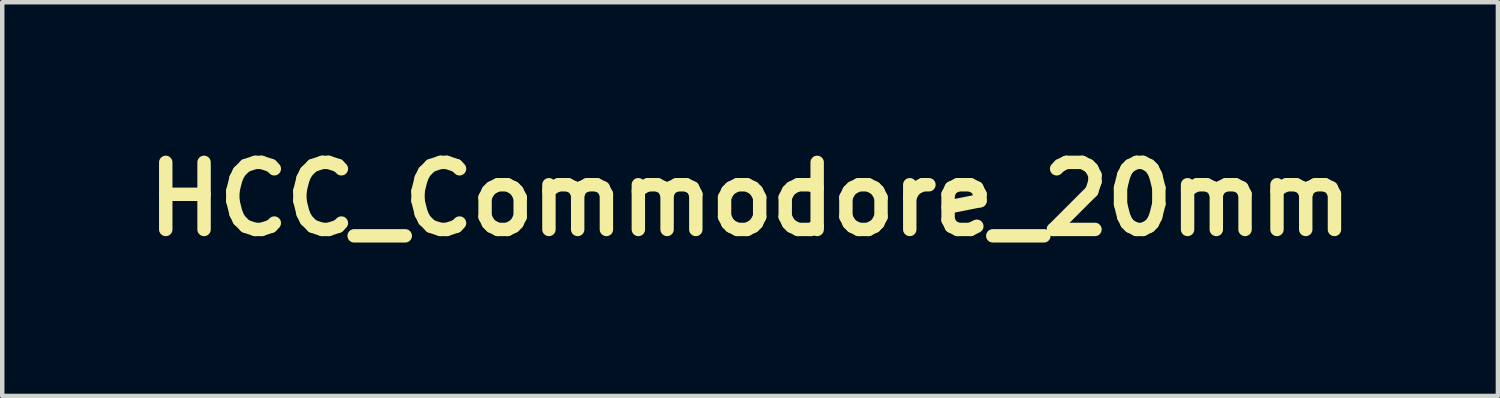
<source format=kicad_pcb>
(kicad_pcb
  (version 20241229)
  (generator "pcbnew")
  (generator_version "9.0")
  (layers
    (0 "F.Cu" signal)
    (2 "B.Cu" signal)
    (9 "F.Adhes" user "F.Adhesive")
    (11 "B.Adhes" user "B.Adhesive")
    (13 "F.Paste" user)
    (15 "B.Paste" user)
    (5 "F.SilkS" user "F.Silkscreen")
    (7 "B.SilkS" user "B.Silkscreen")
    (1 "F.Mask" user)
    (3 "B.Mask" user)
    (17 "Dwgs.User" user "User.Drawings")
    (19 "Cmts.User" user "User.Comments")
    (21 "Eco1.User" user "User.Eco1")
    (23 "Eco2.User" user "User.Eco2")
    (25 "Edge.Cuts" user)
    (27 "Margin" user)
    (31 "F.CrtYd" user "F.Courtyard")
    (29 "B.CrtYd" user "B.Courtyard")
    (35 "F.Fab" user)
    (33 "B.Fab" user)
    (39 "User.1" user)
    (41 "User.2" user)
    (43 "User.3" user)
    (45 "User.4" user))
  (footprint "HCC_Commodore_20mm"
    (layer "F.Cu")
    (at 13.729 1.404)
    (property "Reference" "HCC_Commodore_20mm" (at 0 0 0) (layer "F.SilkS") (effects (font (size 1.5 1.5) (thickness 0.3))))
    (attr board_only exclude_from_pos_files exclude_from_bom)
    (fp_poly (pts (xy 8.543 -0.25) (xy 8.541 -0.188) (xy 8.532 -0.157) (xy 8.511 -0.146) (xy 8.499 -0.146) (xy 8.401 -0.13) (xy 8.301 -0.088) (xy 8.22 -0.03) (xy 8.219 -0.029) (xy 8.183 0.013) (xy 8.155 0.063) (xy 8.134 0.126) (xy 8.12 0.207) (xy 8.111 0.312) (xy 8.107 0.448) (xy 8.105 0.613) (xy 8.105 1) (xy 8.001 1) (xy 7.897 1) (xy 7.897 0.333) (xy 7.897 -0.333) (xy 8.001 -0.333) (xy 8.063 -0.332) (xy 8.094 -0.324) (xy 8.104 -0.302) (xy 8.105 -0.272) (xy 8.105 -0.211) (xy 8.224 -0.283) (xy 8.308 -0.327) (xy 8.379 -0.349) (xy 8.443 -0.354) (xy 8.543 -0.354)) (stroke (width 0) (type solid)) (fill yes) (layer "F.Mask"))
    (fp_poly (pts (xy -9.647 -0.675) (xy -9.647 -0.552) (xy -9.646 -0.465) (xy -9.643 -0.409) (xy -9.637 -0.377) (xy -9.629 -0.363) (xy -9.616 -0.363) (xy -9.611 -0.365) (xy -9.501 -0.407) (xy -9.41 -0.429) (xy -9.324 -0.435) (xy -9.293 -0.433) (xy -9.159 -0.408) (xy -9.039 -0.353) (xy -8.942 -0.276) (xy -8.916 -0.244) (xy -8.878 -0.186) (xy -8.848 -0.127) (xy -8.826 -0.06) (xy -8.811 0.021) (xy -8.801 0.122) (xy -8.795 0.249) (xy -8.793 0.41) (xy -8.793 0.483) (xy -8.793 0.917) (xy -8.958 0.917) (xy -9.123 0.917) (xy -9.13 0.484) (xy -9.133 0.324) (xy -9.138 0.2) (xy -9.146 0.107) (xy -9.158 0.039) (xy -9.176 -0.008) (xy -9.2 -0.041) (xy -9.234 -0.065) (xy -9.274 -0.084) (xy -9.35 -0.1) (xy -9.437 -0.094) (xy -9.514 -0.071) (xy -9.548 -0.049) (xy -9.58 -0.015) (xy -9.605 0.024) (xy -9.623 0.075) (xy -9.635 0.143) (xy -9.643 0.235) (xy -9.646 0.356) (xy -9.647 0.513) (xy -9.647 0.52) (xy -9.647 0.917) (xy -9.814 0.917) (xy -9.981 0.917) (xy -9.981 -0.042) (xy -9.981 -1) (xy -9.814 -1) (xy -9.647 -1)) (stroke (width 0) (type solid)) (fill yes) (layer "F.Mask"))
    (fp_poly (pts (xy 3.928 -0.345) (xy 4.048 -0.312) (xy 4.155 -0.253) (xy 4.253 -0.168) (xy 4.357 -0.036) (xy 4.426 0.113) (xy 4.46 0.271) (xy 4.457 0.434) (xy 4.419 0.594) (xy 4.344 0.744) (xy 4.315 0.784) (xy 4.215 0.885) (xy 4.088 0.962) (xy 3.945 1.013) (xy 3.796 1.034) (xy 3.652 1.022) (xy 3.625 1.015) (xy 3.479 0.953) (xy 3.348 0.856) (xy 3.24 0.732) (xy 3.181 0.628) (xy 3.147 0.518) (xy 3.133 0.386) (xy 3.134 0.339) (xy 3.355 0.339) (xy 3.374 0.484) (xy 3.428 0.612) (xy 3.517 0.717) (xy 3.636 0.795) (xy 3.742 0.825) (xy 3.859 0.823) (xy 3.972 0.79) (xy 4.024 0.762) (xy 4.126 0.671) (xy 4.197 0.559) (xy 4.235 0.435) (xy 4.241 0.304) (xy 4.212 0.174) (xy 4.15 0.052) (xy 4.087 -0.024) (xy 3.985 -0.107) (xy 3.881 -0.15) (xy 3.77 -0.157) (xy 3.71 -0.146) (xy 3.59 -0.097) (xy 3.49 -0.015) (xy 3.415 0.092) (xy 3.368 0.22) (xy 3.355 0.339) (xy 3.134 0.339) (xy 3.138 0.248) (xy 3.162 0.118) (xy 3.19 0.041) (xy 3.269 -0.096) (xy 3.367 -0.201) (xy 3.49 -0.283) (xy 3.505 -0.291) (xy 3.587 -0.327) (xy 3.658 -0.347) (xy 3.741 -0.354) (xy 3.781 -0.354)) (stroke (width 0) (type solid)) (fill yes) (layer "F.Mask"))
    (fp_poly (pts (xy 7.082 -0.342) (xy 7.211 -0.304) (xy 7.327 -0.235) (xy 7.375 -0.195) (xy 7.483 -0.074) (xy 7.556 0.063) (xy 7.595 0.222) (xy 7.601 0.292) (xy 7.597 0.461) (xy 7.561 0.608) (xy 7.49 0.744) (xy 7.462 0.784) (xy 7.361 0.885) (xy 7.234 0.963) (xy 7.091 1.014) (xy 6.942 1.034) (xy 6.798 1.021) (xy 6.771 1.015) (xy 6.625 0.953) (xy 6.494 0.856) (xy 6.387 0.732) (xy 6.327 0.628) (xy 6.293 0.518) (xy 6.279 0.386) (xy 6.281 0.339) (xy 6.501 0.339) (xy 6.52 0.484) (xy 6.575 0.612) (xy 6.663 0.717) (xy 6.782 0.795) (xy 6.889 0.825) (xy 7.006 0.823) (xy 7.119 0.79) (xy 7.17 0.762) (xy 7.272 0.671) (xy 7.343 0.559) (xy 7.382 0.435) (xy 7.387 0.304) (xy 7.359 0.174) (xy 7.296 0.052) (xy 7.233 -0.024) (xy 7.131 -0.107) (xy 7.028 -0.15) (xy 6.917 -0.157) (xy 6.856 -0.146) (xy 6.737 -0.097) (xy 6.637 -0.015) (xy 6.561 0.092) (xy 6.515 0.22) (xy 6.501 0.339) (xy 6.281 0.339) (xy 6.284 0.248) (xy 6.308 0.118) (xy 6.336 0.041) (xy 6.416 -0.096) (xy 6.513 -0.201) (xy 6.636 -0.283) (xy 6.652 -0.291) (xy 6.733 -0.327) (xy 6.805 -0.347) (xy 6.888 -0.354) (xy 6.928 -0.354)) (stroke (width 0) (type solid)) (fill yes) (layer "F.Mask"))
    (fp_poly (pts (xy 6.001 0.042) (xy 6.001 1) (xy 5.886 1) (xy 5.772 1) (xy 5.772 0.905) (xy 5.772 0.809) (xy 5.707 0.874) (xy 5.596 0.958) (xy 5.466 1.013) (xy 5.326 1.037) (xy 5.188 1.028) (xy 5.136 1.014) (xy 4.978 0.942) (xy 4.849 0.841) (xy 4.751 0.711) (xy 4.685 0.558) (xy 4.653 0.388) (xy 4.655 0.344) (xy 4.877 0.344) (xy 4.894 0.488) (xy 4.948 0.613) (xy 5.021 0.705) (xy 5.127 0.784) (xy 5.245 0.826) (xy 5.37 0.83) (xy 5.476 0.801) (xy 5.588 0.732) (xy 5.681 0.629) (xy 5.716 0.573) (xy 5.747 0.483) (xy 5.761 0.374) (xy 5.758 0.261) (xy 5.738 0.162) (xy 5.722 0.125) (xy 5.648 0.016) (xy 5.555 -0.071) (xy 5.454 -0.128) (xy 5.432 -0.135) (xy 5.307 -0.153) (xy 5.189 -0.133) (xy 5.083 -0.08) (xy 4.994 0.002) (xy 4.927 0.108) (xy 4.887 0.236) (xy 4.877 0.344) (xy 4.655 0.344) (xy 4.659 0.223) (xy 4.7 0.068) (xy 4.774 -0.072) (xy 4.879 -0.191) (xy 5.013 -0.284) (xy 5.026 -0.291) (xy 5.108 -0.327) (xy 5.18 -0.347) (xy 5.262 -0.353) (xy 5.301 -0.354) (xy 5.441 -0.341) (xy 5.559 -0.302) (xy 5.669 -0.231) (xy 5.695 -0.209) (xy 5.772 -0.142) (xy 5.772 -0.529) (xy 5.772 -0.917) (xy 5.886 -0.917) (xy 6.001 -0.917)) (stroke (width 0) (type solid)) (fill yes) (layer "F.Mask"))
    (fp_poly (pts (xy -5.155 -0.958) (xy -5.055 -0.917) (xy -5.045 -0.911) (xy -4.936 -0.817) (xy -4.859 -0.705) (xy -4.815 -0.581) (xy -4.803 -0.453) (xy -4.822 -0.327) (xy -4.873 -0.209) (xy -4.956 -0.105) (xy -5.069 -0.023) (xy -5.083 -0.016) (xy -5.21 0.029) (xy -5.346 0.042) (xy -5.476 0.023) (xy -5.533 0.003) (xy -5.649 -0.07) (xy -5.736 -0.166) (xy -5.742 -0.177) (xy -5.355 -0.177) (xy -5.345 -0.136) (xy -5.313 -0.125) (xy -5.281 -0.137) (xy -5.272 -0.177) (xy -5.281 -0.218) (xy -5.313 -0.229) (xy -5.346 -0.217) (xy -5.355 -0.177) (xy -5.742 -0.177) (xy -5.795 -0.278) (xy -5.825 -0.4) (xy -5.826 -0.526) (xy -5.821 -0.552) (xy -5.355 -0.552) (xy -5.355 -0.449) (xy -5.352 -0.381) (xy -5.347 -0.34) (xy -5.338 -0.32) (xy -5.324 -0.313) (xy -5.313 -0.313) (xy -5.295 -0.315) (xy -5.284 -0.327) (xy -5.276 -0.357) (xy -5.273 -0.41) (xy -5.272 -0.494) (xy -5.272 -0.552) (xy -5.272 -0.655) (xy -5.274 -0.723) (xy -5.279 -0.764) (xy -5.289 -0.784) (xy -5.303 -0.791) (xy -5.313 -0.792) (xy -5.331 -0.789) (xy -5.343 -0.777) (xy -5.35 -0.748) (xy -5.354 -0.695) (xy -5.355 -0.611) (xy -5.355 -0.552) (xy -5.821 -0.552) (xy -5.8 -0.648) (xy -5.745 -0.761) (xy -5.663 -0.857) (xy -5.552 -0.931) (xy -5.511 -0.949) (xy -5.399 -0.976) (xy -5.275 -0.978)) (stroke (width 0) (type solid)) (fill yes) (layer "F.Mask"))
    (fp_poly (pts (xy -3.573 -0.345) (xy -3.453 -0.312) (xy -3.347 -0.253) (xy -3.249 -0.168) (xy -3.19 -0.103) (xy -3.14 -0.039) (xy -3.111 0.011) (xy -3.11 0.016) (xy -3.086 0.083) (xy -3.197 0.083) (xy -3.257 0.081) (xy -3.301 0.071) (xy -3.342 0.045) (xy -3.394 -0.004) (xy -3.409 -0.019) (xy -3.51 -0.103) (xy -3.611 -0.148) (xy -3.717 -0.158) (xy -3.793 -0.146) (xy -3.915 -0.096) (xy -4.015 -0.015) (xy -4.09 0.093) (xy -4.134 0.222) (xy -4.146 0.338) (xy -4.128 0.487) (xy -4.076 0.613) (xy -3.99 0.715) (xy -3.872 0.791) (xy -3.862 0.796) (xy -3.75 0.825) (xy -3.634 0.821) (xy -3.523 0.787) (xy -3.427 0.727) (xy -3.358 0.645) (xy -3.335 0.61) (xy -3.306 0.592) (xy -3.26 0.585) (xy -3.204 0.584) (xy -3.139 0.586) (xy -3.096 0.592) (xy -3.084 0.599) (xy -3.094 0.624) (xy -3.119 0.674) (xy -3.148 0.725) (xy -3.237 0.841) (xy -3.354 0.933) (xy -3.49 0.997) (xy -3.638 1.032) (xy -3.788 1.032) (xy -3.877 1.015) (xy -4.023 0.953) (xy -4.153 0.856) (xy -4.261 0.732) (xy -4.321 0.628) (xy -4.354 0.518) (xy -4.368 0.386) (xy -4.363 0.248) (xy -4.339 0.118) (xy -4.311 0.041) (xy -4.232 -0.096) (xy -4.135 -0.201) (xy -4.011 -0.283) (xy -3.996 -0.291) (xy -3.914 -0.327) (xy -3.843 -0.347) (xy -3.76 -0.354) (xy -3.72 -0.354)) (stroke (width 0) (type solid)) (fill yes) (layer "F.Mask"))
    (fp_poly (pts (xy -6.45 -0.423) (xy -6.391 -0.409) (xy -6.26 -0.352) (xy -6.142 -0.266) (xy -6.046 -0.158) (xy -5.981 -0.038) (xy -5.97 -0.005) (xy -5.965 0.018) (xy -5.972 0.031) (xy -5.998 0.039) (xy -6.051 0.041) (xy -6.132 0.042) (xy -6.219 0.041) (xy -6.276 0.036) (xy -6.315 0.024) (xy -6.349 0.002) (xy -6.383 -0.03) (xy -6.478 -0.094) (xy -6.578 -0.12) (xy -6.679 -0.11) (xy -6.772 -0.065) (xy -6.852 0.013) (xy -6.899 0.093) (xy -6.931 0.206) (xy -6.93 0.319) (xy -6.9 0.426) (xy -6.844 0.519) (xy -6.767 0.591) (xy -6.672 0.635) (xy -6.593 0.646) (xy -6.531 0.634) (xy -6.459 0.603) (xy -6.393 0.562) (xy -6.35 0.521) (xy -6.35 0.52) (xy -6.333 0.5) (xy -6.305 0.488) (xy -6.257 0.482) (xy -6.181 0.479) (xy -6.14 0.479) (xy -6.053 0.48) (xy -5.999 0.482) (xy -5.973 0.489) (xy -5.965 0.503) (xy -5.97 0.524) (xy -5.97 0.526) (xy -6.011 0.619) (xy -6.074 0.716) (xy -6.146 0.797) (xy -6.161 0.811) (xy -6.276 0.881) (xy -6.415 0.929) (xy -6.565 0.95) (xy -6.714 0.943) (xy -6.789 0.927) (xy -6.941 0.864) (xy -7.069 0.771) (xy -7.169 0.651) (xy -7.238 0.509) (xy -7.274 0.351) (xy -7.275 0.18) (xy -7.269 0.139) (xy -7.225 -0.021) (xy -7.147 -0.16) (xy -7.043 -0.274) (xy -6.916 -0.36) (xy -6.771 -0.416) (xy -6.614 -0.438)) (stroke (width 0) (type solid)) (fill yes) (layer "F.Mask"))
    (fp_poly (pts (xy -7.838 -0.413) (xy -7.705 -0.377) (xy -7.594 -0.314) (xy -7.5 -0.219) (xy -7.444 -0.141) (xy -7.397 -0.061) (xy -7.376 -0.009) (xy -7.387 0.022) (xy -7.431 0.037) (xy -7.512 0.041) (xy -7.55 0.042) (xy -7.637 0.041) (xy -7.693 0.036) (xy -7.73 0.024) (xy -7.758 0.003) (xy -7.774 -0.012) (xy -7.863 -0.083) (xy -7.959 -0.117) (xy -8.055 -0.117) (xy -8.145 -0.086) (xy -8.224 -0.027) (xy -8.286 0.058) (xy -8.325 0.166) (xy -8.335 0.265) (xy -8.324 0.375) (xy -8.286 0.464) (xy -8.215 0.546) (xy -8.201 0.558) (xy -8.104 0.619) (xy -8.002 0.64) (xy -7.901 0.622) (xy -7.807 0.565) (xy -7.782 0.541) (xy -7.75 0.511) (xy -7.719 0.492) (xy -7.678 0.483) (xy -7.614 0.48) (xy -7.549 0.479) (xy -7.464 0.48) (xy -7.412 0.484) (xy -7.386 0.493) (xy -7.377 0.509) (xy -7.376 0.517) (xy -7.389 0.561) (xy -7.423 0.625) (xy -7.47 0.695) (xy -7.522 0.761) (xy -7.556 0.796) (xy -7.657 0.866) (xy -7.784 0.917) (xy -7.925 0.946) (xy -8.068 0.951) (xy -8.194 0.93) (xy -8.342 0.868) (xy -8.469 0.774) (xy -8.569 0.653) (xy -8.641 0.51) (xy -8.68 0.352) (xy -8.684 0.198) (xy -8.651 0.029) (xy -8.581 -0.121) (xy -8.477 -0.249) (xy -8.341 -0.351) (xy -8.308 -0.369) (xy -8.251 -0.397) (xy -8.199 -0.413) (xy -8.138 -0.422) (xy -8.057 -0.425) (xy -8.001 -0.425)) (stroke (width 0) (type solid)) (fill yes) (layer "F.Mask"))
    (fp_poly (pts (xy -2.083 -0.335) (xy -1.934 -0.278) (xy -1.805 -0.186) (xy -1.699 -0.061) (xy -1.655 0.014) (xy -1.626 0.077) (xy -1.608 0.132) (xy -1.598 0.192) (xy -1.594 0.273) (xy -1.594 0.333) (xy -1.596 0.435) (xy -1.602 0.509) (xy -1.616 0.569) (xy -1.64 0.63) (xy -1.649 0.648) (xy -1.736 0.788) (xy -1.851 0.901) (xy -1.969 0.972) (xy -2.082 1.009) (xy -2.209 1.03) (xy -2.332 1.031) (xy -2.402 1.02) (xy -2.558 0.961) (xy -2.692 0.867) (xy -2.799 0.742) (xy -2.852 0.648) (xy -2.879 0.584) (xy -2.895 0.525) (xy -2.904 0.457) (xy -2.906 0.364) (xy -2.906 0.333) (xy -2.906 0.282) (xy -2.685 0.282) (xy -2.684 0.367) (xy -2.662 0.511) (xy -2.61 0.627) (xy -2.527 0.719) (xy -2.44 0.775) (xy -2.33 0.82) (xy -2.228 0.83) (xy -2.122 0.805) (xy -2.071 0.784) (xy -1.964 0.712) (xy -1.881 0.612) (xy -1.827 0.493) (xy -1.804 0.36) (xy -1.815 0.223) (xy -1.832 0.158) (xy -1.888 0.051) (xy -1.973 -0.043) (xy -2.076 -0.113) (xy -2.139 -0.137) (xy -2.209 -0.155) (xy -2.263 -0.159) (xy -2.323 -0.148) (xy -2.362 -0.137) (xy -2.463 -0.095) (xy -2.544 -0.027) (xy -2.549 -0.021) (xy -2.624 0.075) (xy -2.667 0.171) (xy -2.685 0.282) (xy -2.906 0.282) (xy -2.905 0.235) (xy -2.899 0.165) (xy -2.886 0.108) (xy -2.863 0.051) (xy -2.845 0.014) (xy -2.752 -0.127) (xy -2.635 -0.236) (xy -2.495 -0.311) (xy -2.337 -0.349) (xy -2.25 -0.354)) (stroke (width 0) (type solid)) (fill yes) (layer "F.Mask"))
    (fp_poly (pts (xy 1.677 -0.338) (xy 1.791 -0.289) (xy 1.883 -0.212) (xy 1.943 -0.149) (xy 1.993 -0.208) (xy 2.082 -0.287) (xy 2.194 -0.334) (xy 2.332 -0.352) (xy 2.393 -0.351) (xy 2.523 -0.336) (xy 2.624 -0.298) (xy 2.704 -0.235) (xy 2.773 -0.139) (xy 2.782 -0.123) (xy 2.844 -0.01) (xy 2.851 0.495) (xy 2.858 1) (xy 2.743 1) (xy 2.628 1) (xy 2.621 0.501) (xy 2.615 0.003) (xy 2.553 -0.062) (xy 2.467 -0.125) (xy 2.369 -0.154) (xy 2.27 -0.149) (xy 2.177 -0.112) (xy 2.099 -0.046) (xy 2.043 0.048) (xy 2.043 0.048) (xy 2.036 0.089) (xy 2.03 0.166) (xy 2.025 0.274) (xy 2.022 0.407) (xy 2.021 0.554) (xy 2.021 1) (xy 1.907 1) (xy 1.792 1) (xy 1.792 0.526) (xy 1.792 0.372) (xy 1.791 0.253) (xy 1.788 0.165) (xy 1.784 0.101) (xy 1.778 0.055) (xy 1.769 0.023) (xy 1.758 -0.003) (xy 1.751 -0.014) (xy 1.683 -0.096) (xy 1.597 -0.141) (xy 1.498 -0.154) (xy 1.401 -0.14) (xy 1.319 -0.097) (xy 1.244 -0.017) (xy 1.241 -0.013) (xy 1.227 0.008) (xy 1.217 0.033) (xy 1.209 0.068) (xy 1.203 0.118) (xy 1.199 0.189) (xy 1.196 0.286) (xy 1.193 0.416) (xy 1.192 0.522) (xy 1.186 1) (xy 1.072 1) (xy 0.958 1) (xy 0.958 0.333) (xy 0.958 -0.333) (xy 1.063 -0.333) (xy 1.124 -0.332) (xy 1.155 -0.324) (xy 1.166 -0.302) (xy 1.167 -0.271) (xy 1.17 -0.224) (xy 1.184 -0.212) (xy 1.217 -0.235) (xy 1.235 -0.252) (xy 1.326 -0.314) (xy 1.442 -0.347) (xy 1.542 -0.354)) (stroke (width 0) (type solid)) (fill yes) (layer "F.Mask"))
    (fp_poly (pts (xy -0.596 -0.34) (xy -0.48 -0.297) (xy -0.39 -0.23) (xy -0.37 -0.206) (xy -0.325 -0.145) (xy -0.251 -0.218) (xy -0.151 -0.295) (xy -0.039 -0.339) (xy 0.096 -0.354) (xy 0.109 -0.354) (xy 0.252 -0.338) (xy 0.37 -0.29) (xy 0.465 -0.208) (xy 0.473 -0.199) (xy 0.506 -0.156) (xy 0.531 -0.111) (xy 0.551 -0.06) (xy 0.565 0.003) (xy 0.574 0.085) (xy 0.58 0.191) (xy 0.583 0.326) (xy 0.583 0.496) (xy 0.583 0.518) (xy 0.583 1) (xy 0.479 1) (xy 0.375 1) (xy 0.375 0.56) (xy 0.374 0.389) (xy 0.37 0.246) (xy 0.364 0.136) (xy 0.356 0.061) (xy 0.351 0.038) (xy 0.305 -0.052) (xy 0.235 -0.115) (xy 0.149 -0.15) (xy 0.055 -0.157) (xy -0.039 -0.135) (xy -0.124 -0.084) (xy -0.189 -0.008) (xy -0.206 0.02) (xy -0.218 0.048) (xy -0.227 0.083) (xy -0.234 0.129) (xy -0.239 0.194) (xy -0.242 0.284) (xy -0.244 0.404) (xy -0.246 0.537) (xy -0.253 1) (xy -0.356 1) (xy -0.458 1) (xy -0.459 0.547) (xy -0.459 0.394) (xy -0.461 0.277) (xy -0.464 0.189) (xy -0.469 0.124) (xy -0.476 0.076) (xy -0.486 0.039) (xy -0.499 0.007) (xy -0.552 -0.078) (xy -0.625 -0.131) (xy -0.712 -0.157) (xy -0.807 -0.155) (xy -0.903 -0.119) (xy -0.985 -0.056) (xy -1.023 -0.008) (xy -1.039 0.02) (xy -1.052 0.048) (xy -1.061 0.083) (xy -1.067 0.129) (xy -1.072 0.194) (xy -1.075 0.284) (xy -1.078 0.404) (xy -1.08 0.537) (xy -1.086 1) (xy -1.189 1) (xy -1.292 1) (xy -1.292 0.333) (xy -1.292 -0.333) (xy -1.188 -0.333) (xy -1.126 -0.332) (xy -1.095 -0.324) (xy -1.085 -0.302) (xy -1.084 -0.272) (xy -1.084 -0.211) (xy -0.977 -0.283) (xy -0.912 -0.323) (xy -0.857 -0.345) (xy -0.793 -0.353) (xy -0.734 -0.354)) (stroke (width 0) (type solid)) (fill yes) (layer "F.Mask"))
    (fp_poly (pts (xy 9.443 -0.349) (xy 9.5 -0.336) (xy 9.562 -0.311) (xy 9.568 -0.308) (xy 9.716 -0.221) (xy 9.831 -0.112) (xy 9.914 0.023) (xy 9.968 0.188) (xy 9.971 0.201) (xy 9.986 0.276) (xy 9.997 0.337) (xy 10.001 0.37) (xy 10.001 0.37) (xy 9.992 0.378) (xy 9.963 0.384) (xy 9.909 0.389) (xy 9.827 0.393) (xy 9.713 0.395) (xy 9.563 0.396) (xy 9.439 0.396) (xy 9.265 0.396) (xy 9.129 0.396) (xy 9.027 0.399) (xy 8.954 0.404) (xy 8.908 0.413) (xy 8.883 0.428) (xy 8.875 0.449) (xy 8.882 0.478) (xy 8.899 0.516) (xy 8.916 0.552) (xy 8.99 0.668) (xy 9.084 0.754) (xy 9.194 0.809) (xy 9.312 0.832) (xy 9.431 0.821) (xy 9.546 0.775) (xy 9.648 0.693) (xy 9.657 0.684) (xy 9.709 0.629) (xy 9.748 0.599) (xy 9.789 0.586) (xy 9.846 0.583) (xy 9.855 0.583) (xy 9.918 0.585) (xy 9.948 0.592) (xy 9.954 0.609) (xy 9.949 0.63) (xy 9.897 0.739) (xy 9.815 0.842) (xy 9.711 0.929) (xy 9.626 0.977) (xy 9.5 1.016) (xy 9.357 1.032) (xy 9.217 1.024) (xy 9.15 1.01) (xy 9.001 0.949) (xy 8.878 0.86) (xy 8.78 0.749) (xy 8.71 0.62) (xy 8.667 0.481) (xy 8.652 0.335) (xy 8.665 0.208) (xy 8.893 0.208) (xy 9.311 0.208) (xy 9.438 0.208) (xy 9.551 0.205) (xy 9.643 0.202) (xy 9.707 0.198) (xy 9.737 0.192) (xy 9.739 0.191) (xy 9.735 0.166) (xy 9.714 0.116) (xy 9.688 0.067) (xy 9.611 -0.032) (xy 9.513 -0.106) (xy 9.403 -0.15) (xy 9.29 -0.16) (xy 9.216 -0.145) (xy 9.107 -0.094) (xy 9.012 -0.018) (xy 8.941 0.072) (xy 8.907 0.152) (xy 8.893 0.208) (xy 8.665 0.208) (xy 8.667 0.189) (xy 8.711 0.048) (xy 8.785 -0.083) (xy 8.89 -0.197) (xy 8.99 -0.27) (xy 9.058 -0.307) (xy 9.117 -0.33) (xy 9.185 -0.343) (xy 9.277 -0.35) (xy 9.283 -0.35) (xy 9.376 -0.353)) (stroke (width 0) (type solid)) (fill yes) (layer "F.Mask")))
  (gr_rect
    (start -3 -3)
    (end 30.457 5.808)
    (stroke (width 0.1) (type default))
    (fill no)
    (layer "Edge.Cuts")))
</source>
